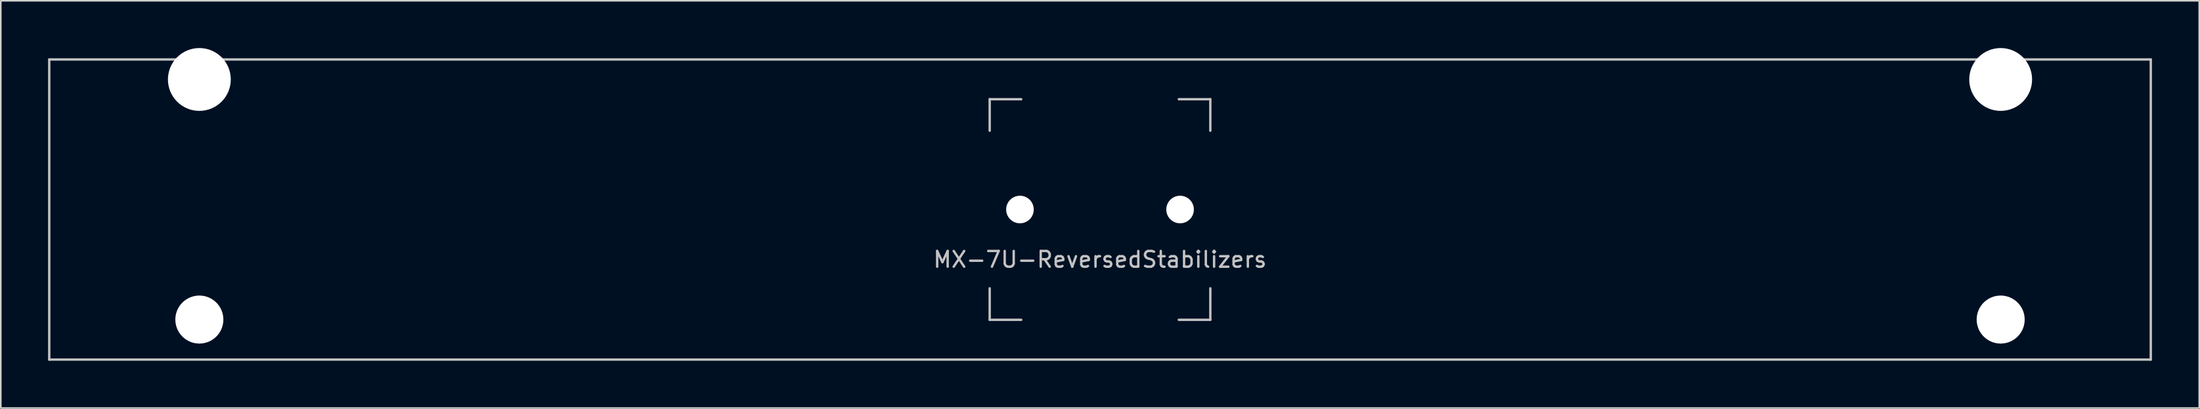
<source format=kicad_pcb>
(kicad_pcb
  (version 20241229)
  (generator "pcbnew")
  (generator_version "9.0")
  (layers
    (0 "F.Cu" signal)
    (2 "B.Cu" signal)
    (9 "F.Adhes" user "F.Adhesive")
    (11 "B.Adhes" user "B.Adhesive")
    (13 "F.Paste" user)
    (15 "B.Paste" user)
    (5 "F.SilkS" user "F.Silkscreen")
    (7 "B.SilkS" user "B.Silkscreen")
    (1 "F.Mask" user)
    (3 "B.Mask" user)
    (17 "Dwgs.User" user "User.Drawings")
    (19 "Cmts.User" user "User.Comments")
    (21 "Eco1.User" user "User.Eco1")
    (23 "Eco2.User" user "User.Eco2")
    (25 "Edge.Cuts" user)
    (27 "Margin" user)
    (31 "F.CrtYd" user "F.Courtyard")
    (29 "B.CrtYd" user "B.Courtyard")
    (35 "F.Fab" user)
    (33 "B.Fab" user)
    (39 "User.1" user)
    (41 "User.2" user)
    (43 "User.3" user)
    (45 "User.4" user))
  (footprint "MX-7U-ReversedStabilizers"
    (layer "F.Cu")
    (at 66.75 10.249)
    (property "Reference" "MX-7U-ReversedStabilizers" (at 0 3.175 0) (layer "Dwgs.User") (effects (font (size 1 1) (thickness 0.15))))
    (attr through_hole)
    (fp_line (start -66.675 -9.525) (end 66.675 -9.525) (stroke (width 0.15) (type solid)) (layer "Dwgs.User"))
    (fp_line (start -66.675 9.525) (end -66.675 -9.525) (stroke (width 0.15) (type solid)) (layer "Dwgs.User"))
    (fp_line (start -66.675 9.525) (end 66.675 9.525) (stroke (width 0.15) (type solid)) (layer "Dwgs.User"))
    (fp_line (start -7 -7) (end -7 -5) (stroke (width 0.15) (type solid)) (layer "Dwgs.User"))
    (fp_line (start -7 5) (end -7 7) (stroke (width 0.15) (type solid)) (layer "Dwgs.User"))
    (fp_line (start -7 7) (end -5 7) (stroke (width 0.15) (type solid)) (layer "Dwgs.User"))
    (fp_line (start -5 -7) (end -7 -7) (stroke (width 0.15) (type solid)) (layer "Dwgs.User"))
    (fp_line (start 5 -7) (end 7 -7) (stroke (width 0.15) (type solid)) (layer "Dwgs.User"))
    (fp_line (start 5 7) (end 7 7) (stroke (width 0.15) (type solid)) (layer "Dwgs.User"))
    (fp_line (start 7 -7) (end 7 -5) (stroke (width 0.15) (type solid)) (layer "Dwgs.User"))
    (fp_line (start 7 7) (end 7 5) (stroke (width 0.15) (type solid)) (layer "Dwgs.User"))
    (fp_line (start 66.675 -9.525) (end 66.675 9.525) (stroke (width 0.15) (type solid)) (layer "Dwgs.User"))
    (pad "" np_thru_hole circle (at -57.15 -8.255) (size 3.988 3.988) (drill 3.988) (layers "*.Cu" "*.Mask"))
    (pad "" np_thru_hole circle (at -57.15 6.985) (size 3.048 3.048) (drill 3.048) (layers "*.Cu" "*.Mask"))
    (pad "" np_thru_hole circle (at -5.08 0 48.1) (size 1.75 1.75) (drill 1.75) (layers "*.Cu" "*.Mask"))
    (pad "" np_thru_hole circle (at 5.08 0 48.1) (size 1.75 1.75) (drill 1.75) (layers "*.Cu" "*.Mask"))
    (pad "" np_thru_hole circle (at 57.15 -8.255) (size 3.988 3.988) (drill 3.988) (layers "*.Cu" "*.Mask"))
    (pad "" np_thru_hole circle (at 57.15 6.985) (size 3.048 3.048) (drill 3.048) (layers "*.Cu" "*.Mask")))
  (gr_rect
    (start -3 -3)
    (end 136.5 22.849)
    (stroke (width 0.1) (type default))
    (fill no)
    (layer "Edge.Cuts")))
</source>
